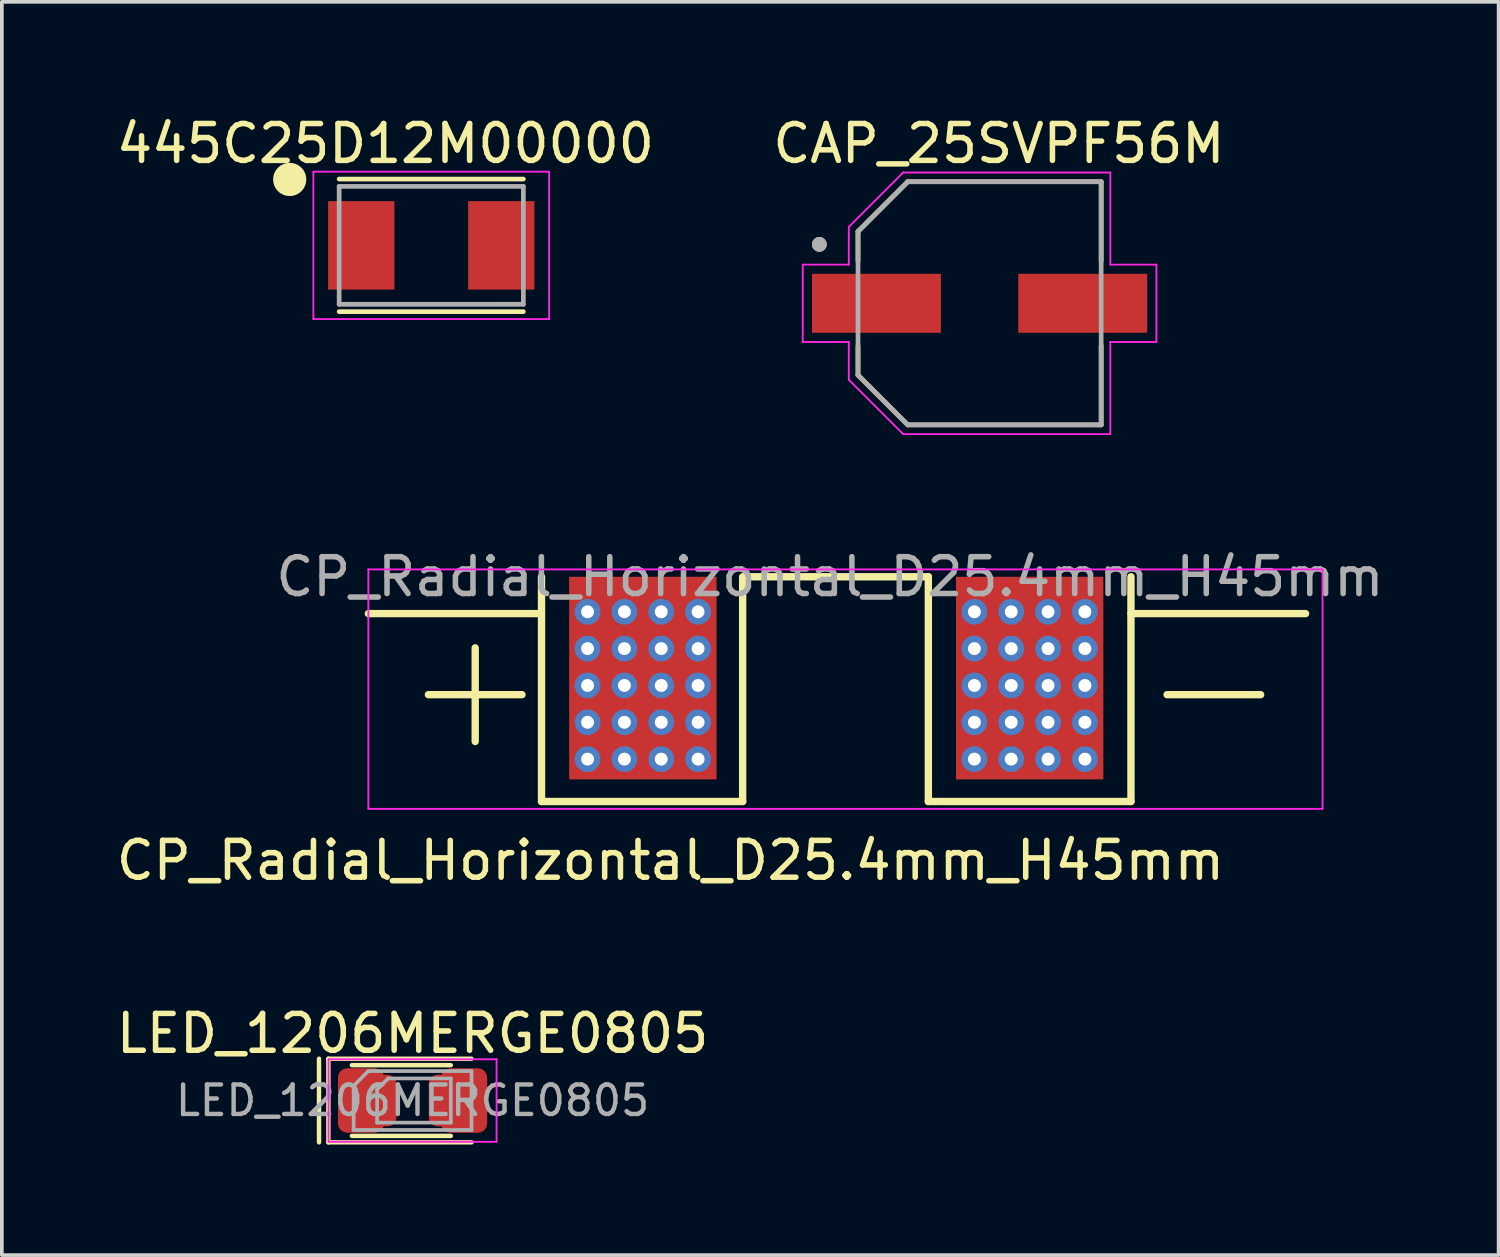
<source format=kicad_pcb>
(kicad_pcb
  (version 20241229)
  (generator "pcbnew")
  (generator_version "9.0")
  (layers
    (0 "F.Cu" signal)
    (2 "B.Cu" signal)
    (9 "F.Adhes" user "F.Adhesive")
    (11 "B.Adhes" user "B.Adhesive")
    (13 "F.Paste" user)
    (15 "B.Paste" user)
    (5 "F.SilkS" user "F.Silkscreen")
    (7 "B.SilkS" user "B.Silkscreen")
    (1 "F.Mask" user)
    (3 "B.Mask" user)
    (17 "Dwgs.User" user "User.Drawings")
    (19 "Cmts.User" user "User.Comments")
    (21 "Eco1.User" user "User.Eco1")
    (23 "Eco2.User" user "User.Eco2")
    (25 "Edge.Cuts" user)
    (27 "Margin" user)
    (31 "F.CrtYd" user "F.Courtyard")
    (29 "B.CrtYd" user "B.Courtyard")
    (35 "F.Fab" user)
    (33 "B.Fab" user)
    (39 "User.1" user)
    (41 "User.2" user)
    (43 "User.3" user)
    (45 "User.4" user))
  (footprint "CAP_25SVPF56M"
    (layer "F.Cu")
    (at 23.54 5.183)
    (property "Reference" "CAP_25SVPF56M" (at 0.525 -4.335 0) (layer "F.SilkS") (effects (font (size 1 1) (thickness 0.15))))
    (attr smd)
    (fp_line (start -3.3 -1.95) (end -1.95 -3.3) (stroke (width 0.127) (type solid)) (layer "F.SilkS"))
    (fp_line (start -3.3 -1.15) (end -3.3 -1.95) (stroke (width 0.127) (type solid)) (layer "F.SilkS"))
    (fp_line (start -3.3 1.15) (end -3.3 1.95) (stroke (width 0.127) (type solid)) (layer "F.SilkS"))
    (fp_line (start -3.3 1.95) (end -1.95 3.3) (stroke (width 0.127) (type solid)) (layer "F.SilkS"))
    (fp_line (start -1.95 -3.3) (end 3.3 -3.3) (stroke (width 0.127) (type solid)) (layer "F.SilkS"))
    (fp_line (start -1.95 3.3) (end 3.3 3.3) (stroke (width 0.127) (type solid)) (layer "F.SilkS"))
    (fp_line (start 3.3 -3.3) (end 3.3 -1.15) (stroke (width 0.127) (type solid)) (layer "F.SilkS"))
    (fp_line (start 3.3 3.3) (end 3.3 1.15) (stroke (width 0.127) (type solid)) (layer "F.SilkS"))
    (fp_circle (center -4.35 -1.6) (end -4.25 -1.6) (stroke (width 0.2) (type solid)) (fill no) (layer "F.SilkS"))
    (fp_line (start -4.8 -1.05) (end -3.55 -1.05) (stroke (width 0.05) (type solid)) (layer "F.CrtYd"))
    (fp_line (start -4.8 1.05) (end -4.8 -1.05) (stroke (width 0.05) (type solid)) (layer "F.CrtYd"))
    (fp_line (start -3.55 -2.075) (end -2.075 -3.55) (stroke (width 0.05) (type solid)) (layer "F.CrtYd"))
    (fp_line (start -3.55 -1.05) (end -3.55 -2.075) (stroke (width 0.05) (type solid)) (layer "F.CrtYd"))
    (fp_line (start -3.55 1.05) (end -4.8 1.05) (stroke (width 0.05) (type solid)) (layer "F.CrtYd"))
    (fp_line (start -3.55 2.075) (end -3.55 1.05) (stroke (width 0.05) (type solid)) (layer "F.CrtYd"))
    (fp_line (start -2.075 -3.55) (end 3.55 -3.55) (stroke (width 0.05) (type solid)) (layer "F.CrtYd"))
    (fp_line (start -2.075 3.55) (end -3.55 2.075) (stroke (width 0.05) (type solid)) (layer "F.CrtYd"))
    (fp_line (start 3.55 -3.55) (end 3.55 -1.05) (stroke (width 0.05) (type solid)) (layer "F.CrtYd"))
    (fp_line (start 3.55 -1.05) (end 4.8 -1.05) (stroke (width 0.05) (type solid)) (layer "F.CrtYd"))
    (fp_line (start 3.55 1.05) (end 3.55 3.55) (stroke (width 0.05) (type solid)) (layer "F.CrtYd"))
    (fp_line (start 3.55 3.55) (end -2.075 3.55) (stroke (width 0.05) (type solid)) (layer "F.CrtYd"))
    (fp_line (start 4.8 -1.05) (end 4.8 1.05) (stroke (width 0.05) (type solid)) (layer "F.CrtYd"))
    (fp_line (start 4.8 1.05) (end 3.55 1.05) (stroke (width 0.05) (type solid)) (layer "F.CrtYd"))
    (fp_line (start -3.3 -1.95) (end -1.95 -3.3) (stroke (width 0.127) (type solid)) (layer "F.Fab"))
    (fp_line (start -3.3 1.95) (end -3.3 -1.95) (stroke (width 0.127) (type solid)) (layer "F.Fab"))
    (fp_line (start -1.95 -3.3) (end 3.3 -3.3) (stroke (width 0.127) (type solid)) (layer "F.Fab"))
    (fp_line (start -1.95 3.3) (end -3.3 1.95) (stroke (width 0.127) (type solid)) (layer "F.Fab"))
    (fp_line (start 3.3 -3.3) (end 3.3 3.3) (stroke (width 0.127) (type solid)) (layer "F.Fab"))
    (fp_line (start 3.3 3.3) (end -1.95 3.3) (stroke (width 0.127) (type solid)) (layer "F.Fab"))
    (fp_circle (center -4.35 -1.6) (end -4.25 -1.6) (stroke (width 0.2) (type solid)) (fill no) (layer "F.Fab"))
    (pad "1" smd rect (at -2.8 0) (size 3.5 1.6) (layers "F.Cu" "F.Mask" "F.Paste"))
    (pad "2" smd rect (at 2.8 0) (size 3.5 1.6) (layers "F.Cu" "F.Mask" "F.Paste")))
  (footprint "LED_1206MERGE0805"
    (layer "F.Cu")
    (at 8.149 26.823)
    (property "Reference" "LED_1206MERGE0805" (at 0 -1.82 0) (layer "F.SilkS") (effects (font (size 1 1) (thickness 0.15))))
    (attr smd)
    (fp_line (start -2.54 -1.135) (end -2.54 1.135) (stroke (width 0.12) (type solid)) (layer "F.SilkS"))
    (fp_line (start -2.285 -1.135) (end -2.285 1.135) (stroke (width 0.12) (type solid)) (layer "F.SilkS"))
    (fp_line (start -2.285 1.135) (end 1.6 1.135) (stroke (width 0.12) (type solid)) (layer "F.SilkS"))
    (fp_line (start -1.647 0.96) (end 1.038 0.96) (stroke (width 0.12) (type solid)) (layer "F.SilkS"))
    (fp_line (start 1.038 -0.96) (end -1.647 -0.96) (stroke (width 0.12) (type solid)) (layer "F.SilkS"))
    (fp_line (start 1.6 -1.135) (end -2.285 -1.135) (stroke (width 0.12) (type solid)) (layer "F.SilkS"))
    (fp_line (start -2.28 -1.12) (end 2.28 -1.12) (stroke (width 0.05) (type solid)) (layer "F.CrtYd"))
    (fp_line (start -2.28 1.12) (end -2.28 -1.12) (stroke (width 0.05) (type solid)) (layer "F.CrtYd"))
    (fp_line (start 2.28 -1.12) (end 2.28 1.12) (stroke (width 0.05) (type solid)) (layer "F.CrtYd"))
    (fp_line (start 2.28 1.12) (end -2.28 1.12) (stroke (width 0.05) (type solid)) (layer "F.CrtYd"))
    (fp_line (start -1.6 -0.4) (end -1.6 0.8) (stroke (width 0.1) (type solid)) (layer "F.Fab"))
    (fp_line (start -1.6 0.8) (end 1.6 0.8) (stroke (width 0.1) (type solid)) (layer "F.Fab"))
    (fp_line (start -1.2 -0.8) (end -1.6 -0.4) (stroke (width 0.1) (type solid)) (layer "F.Fab"))
    (fp_line (start -0.963 -0.3) (end -0.963 0.6) (stroke (width 0.1) (type solid)) (layer "F.Fab"))
    (fp_line (start -0.963 0.6) (end 1.038 0.6) (stroke (width 0.1) (type solid)) (layer "F.Fab"))
    (fp_line (start -0.662 -0.6) (end -0.963 -0.3) (stroke (width 0.1) (type solid)) (layer "F.Fab"))
    (fp_line (start 1.038 -0.6) (end -0.662 -0.6) (stroke (width 0.1) (type solid)) (layer "F.Fab"))
    (fp_line (start 1.038 0.6) (end 1.038 -0.6) (stroke (width 0.1) (type solid)) (layer "F.Fab"))
    (fp_line (start 1.6 -0.8) (end -1.2 -0.8) (stroke (width 0.1) (type solid)) (layer "F.Fab"))
    (fp_line (start 1.6 0.8) (end 1.6 -0.8) (stroke (width 0.1) (type solid)) (layer "F.Fab"))
    (fp_text user "${REFERENCE}" (at 0 0 0) (layer "F.Fab") (effects (font (size 0.8 0.8) (thickness 0.12))))
    (pad "1" smd roundrect (at -1.4 0) (size 1.25 1.75) (layers "F.Cu" "F.Mask" "F.Paste") (roundrect_rratio 0.2))
    (pad "1" smd roundrect (at -0.925 0) (size 0.975 1.4) (layers "F.Cu" "F.Mask" "F.Paste") (roundrect_rratio 0.25))
    (pad "2" smd roundrect (at 0.925 0) (size 0.975 1.4) (layers "F.Cu" "F.Mask" "F.Paste") (roundrect_rratio 0.25))
    (pad "2" smd roundrect (at 1.4 0) (size 1.25 1.75) (layers "F.Cu" "F.Mask" "F.Paste") (roundrect_rratio 0.2)))
  (footprint "445C25D12M00000"
    (layer "F.Cu")
    (at 8.656 3.61)
    (property "Reference" "445C25D12M00000" (at -1.245 -2.762 0) (layer "F.SilkS") (effects (font (size 1 1) (thickness 0.15))))
    (attr smd)
    (fp_line (start -2.5 -1.8) (end 2.5 -1.8) (stroke (width 0.127) (type solid)) (layer "F.SilkS"))
    (fp_line (start -2.5 1.8) (end 2.5 1.8) (stroke (width 0.127) (type solid)) (layer "F.SilkS"))
    (fp_circle (center -3.842 -1.789) (end -3.442 -1.789) (stroke (width 0.1) (type solid)) (fill yes) (layer "F.SilkS"))
    (fp_line (start -3.2 -2) (end -3.2 2) (stroke (width 0.05) (type solid)) (layer "F.CrtYd"))
    (fp_line (start -3.2 2) (end 3.2 2) (stroke (width 0.05) (type solid)) (layer "F.CrtYd"))
    (fp_line (start 3.2 -2) (end -3.2 -2) (stroke (width 0.05) (type solid)) (layer "F.CrtYd"))
    (fp_line (start 3.2 2) (end 3.2 -2) (stroke (width 0.05) (type solid)) (layer "F.CrtYd"))
    (fp_line (start -2.5 -1.6) (end -2.5 1.6) (stroke (width 0.127) (type solid)) (layer "F.Fab"))
    (fp_line (start -2.5 -1.6) (end 2.5 -1.6) (stroke (width 0.127) (type solid)) (layer "F.Fab"))
    (fp_line (start -2.5 1.6) (end 2.5 1.6) (stroke (width 0.127) (type solid)) (layer "F.Fab"))
    (fp_line (start 2.5 -1.6) (end 2.5 1.6) (stroke (width 0.127) (type solid)) (layer "F.Fab"))
    (pad "1" smd rect (at -1.9 0) (size 1.8 2.4) (layers "F.Cu" "F.Mask" "F.Paste"))
    (pad "2" smd rect (at 1.9 0) (size 1.8 2.4) (layers "F.Cu" "F.Mask" "F.Paste")))
  (footprint "CP_Radial_Horizontal_D25.4mm_H45mm"
    (layer "F.Cu")
    (at 19.649 12.406)
    (property "Reference" "CP_Radial_Horizontal_D25.4mm_H45mm" (at -4.5 7.9 0) (layer "F.SilkS") (effects (font (size 1 1) (thickness 0.15))))
    (attr through_hole)
    (fp_line (start -12.7 1.2) (end -8 1.2) (stroke (width 0.2) (type default)) (layer "F.SilkS"))
    (fp_line (start -11.07 3.4) (end -8.53 3.4) (stroke (width 0.2) (type default)) (layer "F.SilkS"))
    (fp_line (start -9.8 2.13) (end -9.8 4.67) (stroke (width 0.2) (type default)) (layer "F.SilkS"))
    (fp_line (start -8 0.2) (end -8 6.3) (stroke (width 0.2) (type default)) (layer "F.SilkS"))
    (fp_line (start -8 6.3) (end -2.54 6.3) (stroke (width 0.2) (type default)) (layer "F.SilkS"))
    (fp_line (start -2.54 0.2) (end -2.54 6.3) (stroke (width 0.2) (type default)) (layer "F.SilkS"))
    (fp_line (start -2.5 0.2) (end 2.5 0.2) (stroke (width 0.2) (type default)) (layer "F.SilkS"))
    (fp_line (start 2.5 0.2) (end 2.5 6.3) (stroke (width 0.2) (type default)) (layer "F.SilkS"))
    (fp_line (start 2.5 6.3) (end 8 6.3) (stroke (width 0.2) (type default)) (layer "F.SilkS"))
    (fp_line (start 8 0.2) (end 8 6.3) (stroke (width 0.2) (type default)) (layer "F.SilkS"))
    (fp_line (start 8 1.2) (end 12.74 1.2) (stroke (width 0.2) (type default)) (layer "F.SilkS"))
    (fp_line (start 11.52 3.4) (end 8.98 3.4) (stroke (width 0.2) (type default)) (layer "F.SilkS"))
    (fp_line (start -12.7 0) (end -12.7 6.5) (stroke (width 0.05) (type default)) (layer "F.CrtYd"))
    (fp_line (start -12.7 6.5) (end 13.2 6.5) (stroke (width 0.05) (type default)) (layer "F.CrtYd"))
    (fp_line (start 13.2 0) (end -12.7 0) (stroke (width 0.05) (type default)) (layer "F.CrtYd"))
    (fp_line (start 13.2 6.5) (end 13.2 0) (stroke (width 0.05) (type default)) (layer "F.CrtYd"))
    (fp_line (start -8.2 0) (end -8.2 1) (stroke (width 0.1) (type default)) (layer "User.1"))
    (fp_line (start -8.2 1) (end -13.4 1) (stroke (width 0.1) (type default)) (layer "User.1"))
    (fp_line (start 8.2 0) (end -8.2 0) (stroke (width 0.1) (type default)) (layer "User.1"))
    (fp_line (start 8.2 0) (end 8.2 1) (stroke (width 0.1) (type default)) (layer "User.1"))
    (fp_line (start 13.4 1) (end 8.2 1) (stroke (width 0.1) (type default)) (layer "User.1"))
    (fp_text user "${REFERENCE}" (at -0.17 0.2 0) (layer "F.Fab") (effects (font (size 1 1) (thickness 0.15))))
    (pad "1" thru_hole circle (at -6.75 1.15) (size 0.7 0.7) (drill 0.35) (property pad_prop_heatsink) (layers "*.Cu"))
    (pad "1" thru_hole circle (at -6.75 2.15) (size 0.7 0.7) (drill 0.35) (property pad_prop_heatsink) (layers "*.Cu"))
    (pad "1" thru_hole circle (at -6.75 3.15) (size 0.7 0.7) (drill 0.35) (property pad_prop_heatsink) (layers "*.Cu"))
    (pad "1" thru_hole circle (at -6.75 4.15) (size 0.7 0.7) (drill 0.35) (property pad_prop_heatsink) (layers "*.Cu"))
    (pad "1" thru_hole circle (at -6.75 5.15) (size 0.7 0.7) (drill 0.35) (property pad_prop_heatsink) (layers "*.Cu"))
    (pad "1" thru_hole circle (at -5.75 1.15) (size 0.7 0.7) (drill 0.35) (property pad_prop_heatsink) (layers "*.Cu"))
    (pad "1" thru_hole circle (at -5.75 2.15) (size 0.7 0.7) (drill 0.35) (property pad_prop_heatsink) (layers "*.Cu"))
    (pad "1" thru_hole circle (at -5.75 3.15) (size 0.7 0.7) (drill 0.35) (property pad_prop_heatsink) (layers "*.Cu"))
    (pad "1" thru_hole circle (at -5.75 4.15) (size 0.7 0.7) (drill 0.35) (property pad_prop_heatsink) (layers "*.Cu"))
    (pad "1" thru_hole circle (at -5.75 5.15) (size 0.7 0.7) (drill 0.35) (property pad_prop_heatsink) (layers "*.Cu"))
    (pad "1" connect rect (at -5.25 2.95) (size 4 5.5) (layers "F.Cu" "F.Mask"))
    (pad "1" thru_hole circle (at -4.75 1.15) (size 0.7 0.7) (drill 0.35) (property pad_prop_heatsink) (layers "*.Cu"))
    (pad "1" thru_hole circle (at -4.75 2.15) (size 0.7 0.7) (drill 0.35) (property pad_prop_heatsink) (layers "*.Cu"))
    (pad "1" thru_hole circle (at -4.75 3.15) (size 0.7 0.7) (drill 0.35) (property pad_prop_heatsink) (layers "*.Cu"))
    (pad "1" thru_hole circle (at -4.75 4.15) (size 0.7 0.7) (drill 0.35) (property pad_prop_heatsink) (layers "*.Cu"))
    (pad "1" thru_hole circle (at -4.75 5.15) (size 0.7 0.7) (drill 0.35) (property pad_prop_heatsink) (layers "*.Cu"))
    (pad "1" thru_hole circle (at -3.75 1.15) (size 0.7 0.7) (drill 0.35) (property pad_prop_heatsink) (layers "*.Cu"))
    (pad "1" thru_hole circle (at -3.75 2.15) (size 0.7 0.7) (drill 0.35) (property pad_prop_heatsink) (layers "*.Cu"))
    (pad "1" thru_hole circle (at -3.75 3.15) (size 0.7 0.7) (drill 0.35) (property pad_prop_heatsink) (layers "*.Cu"))
    (pad "1" thru_hole circle (at -3.75 4.15) (size 0.7 0.7) (drill 0.35) (property pad_prop_heatsink) (layers "*.Cu"))
    (pad "1" thru_hole circle (at -3.75 5.15) (size 0.7 0.7) (drill 0.35) (property pad_prop_heatsink) (layers "*.Cu"))
    (pad "2" thru_hole circle (at 3.75 1.15) (size 0.7 0.7) (drill 0.35) (property pad_prop_heatsink) (layers "*.Cu"))
    (pad "2" thru_hole circle (at 3.75 2.15) (size 0.7 0.7) (drill 0.35) (property pad_prop_heatsink) (layers "*.Cu"))
    (pad "2" thru_hole circle (at 3.75 3.15) (size 0.7 0.7) (drill 0.35) (property pad_prop_heatsink) (layers "*.Cu"))
    (pad "2" thru_hole circle (at 3.75 4.15) (size 0.7 0.7) (drill 0.35) (property pad_prop_heatsink) (layers "*.Cu"))
    (pad "2" thru_hole circle (at 3.75 5.15) (size 0.7 0.7) (drill 0.35) (property pad_prop_heatsink) (layers "*.Cu"))
    (pad "2" thru_hole circle (at 4.75 1.15) (size 0.7 0.7) (drill 0.35) (property pad_prop_heatsink) (layers "*.Cu"))
    (pad "2" thru_hole circle (at 4.75 2.15) (size 0.7 0.7) (drill 0.35) (property pad_prop_heatsink) (layers "*.Cu"))
    (pad "2" thru_hole circle (at 4.75 3.15) (size 0.7 0.7) (drill 0.35) (property pad_prop_heatsink) (layers "*.Cu"))
    (pad "2" thru_hole circle (at 4.75 4.15) (size 0.7 0.7) (drill 0.35) (property pad_prop_heatsink) (layers "*.Cu"))
    (pad "2" thru_hole circle (at 4.75 5.15) (size 0.7 0.7) (drill 0.35) (property pad_prop_heatsink) (layers "*.Cu"))
    (pad "2" connect rect (at 5.25 2.95) (size 4 5.5) (layers "F.Cu" "F.Mask"))
    (pad "2" thru_hole circle (at 5.75 1.15) (size 0.7 0.7) (drill 0.35) (property pad_prop_heatsink) (layers "*.Cu"))
    (pad "2" thru_hole circle (at 5.75 2.15) (size 0.7 0.7) (drill 0.35) (property pad_prop_heatsink) (layers "*.Cu"))
    (pad "2" thru_hole circle (at 5.75 3.15) (size 0.7 0.7) (drill 0.35) (property pad_prop_heatsink) (layers "*.Cu"))
    (pad "2" thru_hole circle (at 5.75 4.15) (size 0.7 0.7) (drill 0.35) (property pad_prop_heatsink) (layers "*.Cu"))
    (pad "2" thru_hole circle (at 5.75 5.15) (size 0.7 0.7) (drill 0.35) (property pad_prop_heatsink) (layers "*.Cu"))
    (pad "2" thru_hole circle (at 6.75 1.15) (size 0.7 0.7) (drill 0.35) (property pad_prop_heatsink) (layers "*.Cu"))
    (pad "2" thru_hole circle (at 6.75 2.15) (size 0.7 0.7) (drill 0.35) (property pad_prop_heatsink) (layers "*.Cu"))
    (pad "2" thru_hole circle (at 6.75 3.15) (size 0.7 0.7) (drill 0.35) (property pad_prop_heatsink) (layers "*.Cu"))
    (pad "2" thru_hole circle (at 6.75 4.15) (size 0.7 0.7) (drill 0.35) (property pad_prop_heatsink) (layers "*.Cu"))
    (pad "2" thru_hole circle (at 6.75 5.15) (size 0.7 0.7) (drill 0.35) (property pad_prop_heatsink) (layers "*.Cu")))
  (gr_rect
    (start -3 -3)
    (end 37.628 31.018)
    (stroke (width 0.1) (type default))
    (fill no)
    (layer "Edge.Cuts")))
</source>
